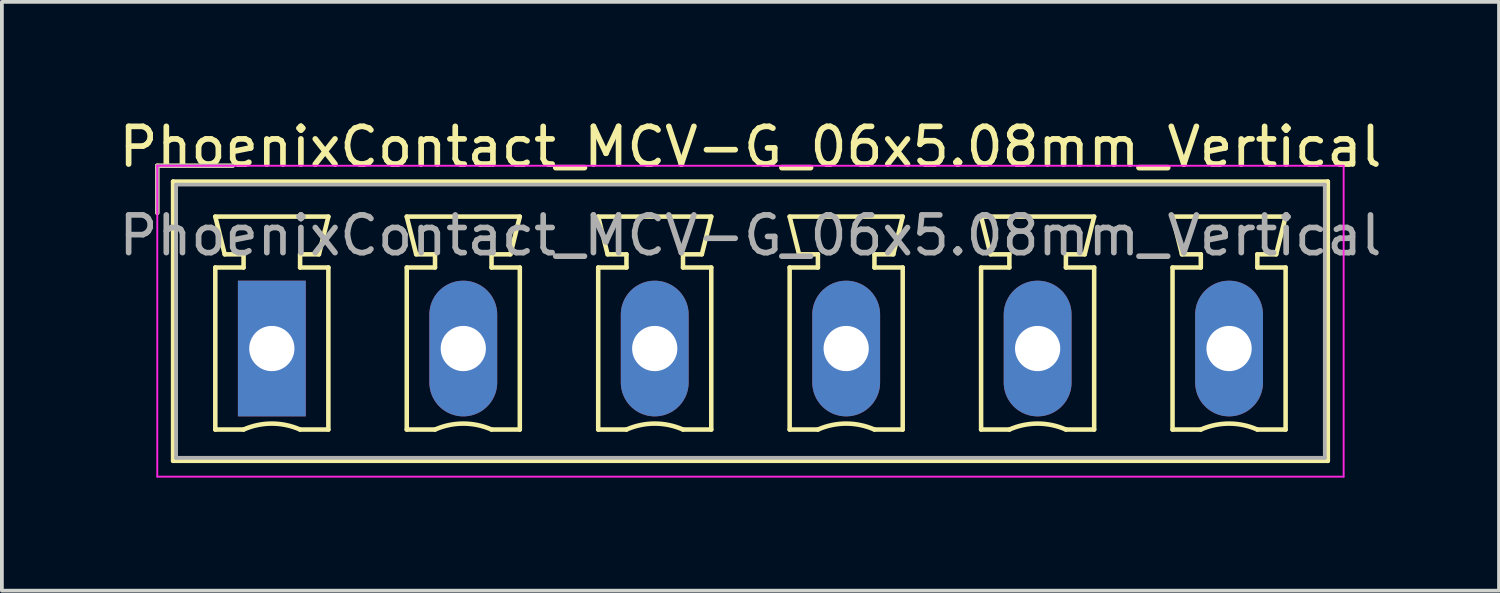
<source format=kicad_pcb>
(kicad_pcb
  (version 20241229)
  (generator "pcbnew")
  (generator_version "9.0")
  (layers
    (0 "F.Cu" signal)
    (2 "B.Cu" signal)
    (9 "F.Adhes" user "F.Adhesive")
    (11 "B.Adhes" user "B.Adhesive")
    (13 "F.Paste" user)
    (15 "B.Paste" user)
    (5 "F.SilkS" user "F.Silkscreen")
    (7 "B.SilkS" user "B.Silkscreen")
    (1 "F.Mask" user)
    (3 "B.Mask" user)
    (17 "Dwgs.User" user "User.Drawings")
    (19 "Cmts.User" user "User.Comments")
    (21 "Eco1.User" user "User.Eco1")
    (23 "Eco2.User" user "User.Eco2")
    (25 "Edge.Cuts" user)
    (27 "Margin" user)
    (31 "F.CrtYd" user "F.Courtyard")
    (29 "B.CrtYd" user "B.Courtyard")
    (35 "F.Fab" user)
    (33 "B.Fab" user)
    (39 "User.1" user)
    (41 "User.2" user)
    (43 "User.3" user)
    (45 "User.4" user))
  (footprint "PhoenixContact_MCV-G_06x5.08mm_Vertical"
    (layer "F.Cu")
    (at 4.163 6.198)
    (property "Reference" "PhoenixContact_MCV-G_06x5.08mm_Vertical" (at 12.7 -5.35 0) (layer "F.SilkS") (effects (font (size 1 1) (thickness 0.15))))
    (attr through_hole)
    (fp_line (start -3.04 -4.85) (end -1.04 -4.85) (stroke (width 0.12) (type solid)) (layer "F.SilkS"))
    (fp_line (start -3.04 -3.6) (end -3.04 -4.85) (stroke (width 0.12) (type solid)) (layer "F.SilkS"))
    (fp_line (start -2.62 -4.43) (end -2.62 2.98) (stroke (width 0.12) (type solid)) (layer "F.SilkS"))
    (fp_line (start -2.62 2.98) (end 28.02 2.98) (stroke (width 0.12) (type solid)) (layer "F.SilkS"))
    (fp_line (start -1.5 -3.5) (end 1.5 -3.5) (stroke (width 0.12) (type solid)) (layer "F.SilkS"))
    (fp_line (start -1.5 -2.15) (end -0.75 -2.15) (stroke (width 0.12) (type solid)) (layer "F.SilkS"))
    (fp_line (start -1.5 2.15) (end -1.5 -2.15) (stroke (width 0.12) (type solid)) (layer "F.SilkS"))
    (fp_line (start -1.25 -2.5) (end -1.5 -3.5) (stroke (width 0.12) (type solid)) (layer "F.SilkS"))
    (fp_line (start -0.75 -2.5) (end -1.25 -2.5) (stroke (width 0.12) (type solid)) (layer "F.SilkS"))
    (fp_line (start -0.75 -2.15) (end -0.75 -2.5) (stroke (width 0.12) (type solid)) (layer "F.SilkS"))
    (fp_line (start -0.75 2.15) (end -1.5 2.15) (stroke (width 0.12) (type solid)) (layer "F.SilkS"))
    (fp_line (start 0.75 -2.5) (end 0.75 -2.15) (stroke (width 0.12) (type solid)) (layer "F.SilkS"))
    (fp_line (start 0.75 -2.15) (end 1.5 -2.15) (stroke (width 0.12) (type solid)) (layer "F.SilkS"))
    (fp_line (start 1.25 -2.5) (end 0.75 -2.5) (stroke (width 0.12) (type solid)) (layer "F.SilkS"))
    (fp_line (start 1.5 -3.5) (end 1.25 -2.5) (stroke (width 0.12) (type solid)) (layer "F.SilkS"))
    (fp_line (start 1.5 -2.15) (end 1.5 2.15) (stroke (width 0.12) (type solid)) (layer "F.SilkS"))
    (fp_line (start 1.5 2.15) (end 0.75 2.15) (stroke (width 0.12) (type solid)) (layer "F.SilkS"))
    (fp_line (start 3.58 -3.5) (end 6.58 -3.5) (stroke (width 0.12) (type solid)) (layer "F.SilkS"))
    (fp_line (start 3.58 -2.15) (end 4.33 -2.15) (stroke (width 0.12) (type solid)) (layer "F.SilkS"))
    (fp_line (start 3.58 2.15) (end 3.58 -2.15) (stroke (width 0.12) (type solid)) (layer "F.SilkS"))
    (fp_line (start 3.83 -2.5) (end 3.58 -3.5) (stroke (width 0.12) (type solid)) (layer "F.SilkS"))
    (fp_line (start 4.33 -2.5) (end 3.83 -2.5) (stroke (width 0.12) (type solid)) (layer "F.SilkS"))
    (fp_line (start 4.33 -2.15) (end 4.33 -2.5) (stroke (width 0.12) (type solid)) (layer "F.SilkS"))
    (fp_line (start 4.33 2.15) (end 3.58 2.15) (stroke (width 0.12) (type solid)) (layer "F.SilkS"))
    (fp_line (start 5.83 -2.5) (end 5.83 -2.15) (stroke (width 0.12) (type solid)) (layer "F.SilkS"))
    (fp_line (start 5.83 -2.15) (end 6.58 -2.15) (stroke (width 0.12) (type solid)) (layer "F.SilkS"))
    (fp_line (start 6.33 -2.5) (end 5.83 -2.5) (stroke (width 0.12) (type solid)) (layer "F.SilkS"))
    (fp_line (start 6.58 -3.5) (end 6.33 -2.5) (stroke (width 0.12) (type solid)) (layer "F.SilkS"))
    (fp_line (start 6.58 -2.15) (end 6.58 2.15) (stroke (width 0.12) (type solid)) (layer "F.SilkS"))
    (fp_line (start 6.58 2.15) (end 5.83 2.15) (stroke (width 0.12) (type solid)) (layer "F.SilkS"))
    (fp_line (start 8.66 -3.5) (end 11.66 -3.5) (stroke (width 0.12) (type solid)) (layer "F.SilkS"))
    (fp_line (start 8.66 -2.15) (end 9.41 -2.15) (stroke (width 0.12) (type solid)) (layer "F.SilkS"))
    (fp_line (start 8.66 2.15) (end 8.66 -2.15) (stroke (width 0.12) (type solid)) (layer "F.SilkS"))
    (fp_line (start 8.91 -2.5) (end 8.66 -3.5) (stroke (width 0.12) (type solid)) (layer "F.SilkS"))
    (fp_line (start 9.41 -2.5) (end 8.91 -2.5) (stroke (width 0.12) (type solid)) (layer "F.SilkS"))
    (fp_line (start 9.41 -2.15) (end 9.41 -2.5) (stroke (width 0.12) (type solid)) (layer "F.SilkS"))
    (fp_line (start 9.41 2.15) (end 8.66 2.15) (stroke (width 0.12) (type solid)) (layer "F.SilkS"))
    (fp_line (start 10.91 -2.5) (end 10.91 -2.15) (stroke (width 0.12) (type solid)) (layer "F.SilkS"))
    (fp_line (start 10.91 -2.15) (end 11.66 -2.15) (stroke (width 0.12) (type solid)) (layer "F.SilkS"))
    (fp_line (start 11.41 -2.5) (end 10.91 -2.5) (stroke (width 0.12) (type solid)) (layer "F.SilkS"))
    (fp_line (start 11.66 -3.5) (end 11.41 -2.5) (stroke (width 0.12) (type solid)) (layer "F.SilkS"))
    (fp_line (start 11.66 -2.15) (end 11.66 2.15) (stroke (width 0.12) (type solid)) (layer "F.SilkS"))
    (fp_line (start 11.66 2.15) (end 10.91 2.15) (stroke (width 0.12) (type solid)) (layer "F.SilkS"))
    (fp_line (start 13.74 -3.5) (end 16.74 -3.5) (stroke (width 0.12) (type solid)) (layer "F.SilkS"))
    (fp_line (start 13.74 -2.15) (end 14.49 -2.15) (stroke (width 0.12) (type solid)) (layer "F.SilkS"))
    (fp_line (start 13.74 2.15) (end 13.74 -2.15) (stroke (width 0.12) (type solid)) (layer "F.SilkS"))
    (fp_line (start 13.99 -2.5) (end 13.74 -3.5) (stroke (width 0.12) (type solid)) (layer "F.SilkS"))
    (fp_line (start 14.49 -2.5) (end 13.99 -2.5) (stroke (width 0.12) (type solid)) (layer "F.SilkS"))
    (fp_line (start 14.49 -2.15) (end 14.49 -2.5) (stroke (width 0.12) (type solid)) (layer "F.SilkS"))
    (fp_line (start 14.49 2.15) (end 13.74 2.15) (stroke (width 0.12) (type solid)) (layer "F.SilkS"))
    (fp_line (start 15.99 -2.5) (end 15.99 -2.15) (stroke (width 0.12) (type solid)) (layer "F.SilkS"))
    (fp_line (start 15.99 -2.15) (end 16.74 -2.15) (stroke (width 0.12) (type solid)) (layer "F.SilkS"))
    (fp_line (start 16.49 -2.5) (end 15.99 -2.5) (stroke (width 0.12) (type solid)) (layer "F.SilkS"))
    (fp_line (start 16.74 -3.5) (end 16.49 -2.5) (stroke (width 0.12) (type solid)) (layer "F.SilkS"))
    (fp_line (start 16.74 -2.15) (end 16.74 2.15) (stroke (width 0.12) (type solid)) (layer "F.SilkS"))
    (fp_line (start 16.74 2.15) (end 15.99 2.15) (stroke (width 0.12) (type solid)) (layer "F.SilkS"))
    (fp_line (start 18.82 -3.5) (end 21.82 -3.5) (stroke (width 0.12) (type solid)) (layer "F.SilkS"))
    (fp_line (start 18.82 -2.15) (end 19.57 -2.15) (stroke (width 0.12) (type solid)) (layer "F.SilkS"))
    (fp_line (start 18.82 2.15) (end 18.82 -2.15) (stroke (width 0.12) (type solid)) (layer "F.SilkS"))
    (fp_line (start 19.07 -2.5) (end 18.82 -3.5) (stroke (width 0.12) (type solid)) (layer "F.SilkS"))
    (fp_line (start 19.57 -2.5) (end 19.07 -2.5) (stroke (width 0.12) (type solid)) (layer "F.SilkS"))
    (fp_line (start 19.57 -2.15) (end 19.57 -2.5) (stroke (width 0.12) (type solid)) (layer "F.SilkS"))
    (fp_line (start 19.57 2.15) (end 18.82 2.15) (stroke (width 0.12) (type solid)) (layer "F.SilkS"))
    (fp_line (start 21.07 -2.5) (end 21.07 -2.15) (stroke (width 0.12) (type solid)) (layer "F.SilkS"))
    (fp_line (start 21.07 -2.15) (end 21.82 -2.15) (stroke (width 0.12) (type solid)) (layer "F.SilkS"))
    (fp_line (start 21.57 -2.5) (end 21.07 -2.5) (stroke (width 0.12) (type solid)) (layer "F.SilkS"))
    (fp_line (start 21.82 -3.5) (end 21.57 -2.5) (stroke (width 0.12) (type solid)) (layer "F.SilkS"))
    (fp_line (start 21.82 -2.15) (end 21.82 2.15) (stroke (width 0.12) (type solid)) (layer "F.SilkS"))
    (fp_line (start 21.82 2.15) (end 21.07 2.15) (stroke (width 0.12) (type solid)) (layer "F.SilkS"))
    (fp_line (start 23.9 -3.5) (end 26.9 -3.5) (stroke (width 0.12) (type solid)) (layer "F.SilkS"))
    (fp_line (start 23.9 -2.15) (end 24.65 -2.15) (stroke (width 0.12) (type solid)) (layer "F.SilkS"))
    (fp_line (start 23.9 2.15) (end 23.9 -2.15) (stroke (width 0.12) (type solid)) (layer "F.SilkS"))
    (fp_line (start 24.15 -2.5) (end 23.9 -3.5) (stroke (width 0.12) (type solid)) (layer "F.SilkS"))
    (fp_line (start 24.65 -2.5) (end 24.15 -2.5) (stroke (width 0.12) (type solid)) (layer "F.SilkS"))
    (fp_line (start 24.65 -2.15) (end 24.65 -2.5) (stroke (width 0.12) (type solid)) (layer "F.SilkS"))
    (fp_line (start 24.65 2.15) (end 23.9 2.15) (stroke (width 0.12) (type solid)) (layer "F.SilkS"))
    (fp_line (start 26.15 -2.5) (end 26.15 -2.15) (stroke (width 0.12) (type solid)) (layer "F.SilkS"))
    (fp_line (start 26.15 -2.15) (end 26.9 -2.15) (stroke (width 0.12) (type solid)) (layer "F.SilkS"))
    (fp_line (start 26.65 -2.5) (end 26.15 -2.5) (stroke (width 0.12) (type solid)) (layer "F.SilkS"))
    (fp_line (start 26.9 -3.5) (end 26.65 -2.5) (stroke (width 0.12) (type solid)) (layer "F.SilkS"))
    (fp_line (start 26.9 -2.15) (end 26.9 2.15) (stroke (width 0.12) (type solid)) (layer "F.SilkS"))
    (fp_line (start 26.9 2.15) (end 26.15 2.15) (stroke (width 0.12) (type solid)) (layer "F.SilkS"))
    (fp_line (start 28.02 -4.43) (end -2.62 -4.43) (stroke (width 0.12) (type solid)) (layer "F.SilkS"))
    (fp_line (start 28.02 2.98) (end 28.02 -4.43) (stroke (width 0.12) (type solid)) (layer "F.SilkS"))
    (fp_arc (start -0.75 2.15) (mid -0.000193 1.99191) (end 0.749647 2.149844) (stroke (width 0.12) (type solid)) (layer "F.SilkS"))
    (fp_arc (start 4.33 2.15) (mid 5.079807 1.99191) (end 5.829647 2.149844) (stroke (width 0.12) (type solid)) (layer "F.SilkS"))
    (fp_arc (start 9.41 2.15) (mid 10.159807 1.99191) (end 10.909647 2.149844) (stroke (width 0.12) (type solid)) (layer "F.SilkS"))
    (fp_arc (start 14.49 2.15) (mid 15.239807 1.99191) (end 15.989647 2.149844) (stroke (width 0.12) (type solid)) (layer "F.SilkS"))
    (fp_arc (start 19.57 2.15) (mid 20.319807 1.99191) (end 21.069647 2.149844) (stroke (width 0.12) (type solid)) (layer "F.SilkS"))
    (fp_arc (start 24.65 2.15) (mid 25.399807 1.99191) (end 26.149647 2.149844) (stroke (width 0.12) (type solid)) (layer "F.SilkS"))
    (fp_line (start -3.04 -4.85) (end -3.04 3.4) (stroke (width 0.05) (type solid)) (layer "F.CrtYd"))
    (fp_line (start -3.04 3.4) (end 28.44 3.4) (stroke (width 0.05) (type solid)) (layer "F.CrtYd"))
    (fp_line (start 28.44 -4.85) (end -3.04 -4.85) (stroke (width 0.05) (type solid)) (layer "F.CrtYd"))
    (fp_line (start 28.44 3.4) (end 28.44 -4.85) (stroke (width 0.05) (type solid)) (layer "F.CrtYd"))
    (fp_line (start -3.04 -4.85) (end -1.04 -4.85) (stroke (width 0.1) (type solid)) (layer "F.Fab"))
    (fp_line (start -3.04 -3.6) (end -3.04 -4.85) (stroke (width 0.1) (type solid)) (layer "F.Fab"))
    (fp_line (start -2.54 -4.35) (end -2.54 2.9) (stroke (width 0.1) (type solid)) (layer "F.Fab"))
    (fp_line (start -2.54 2.9) (end 27.94 2.9) (stroke (width 0.1) (type solid)) (layer "F.Fab"))
    (fp_line (start 27.94 -4.35) (end -2.54 -4.35) (stroke (width 0.1) (type solid)) (layer "F.Fab"))
    (fp_line (start 27.94 2.9) (end 27.94 -4.35) (stroke (width 0.1) (type solid)) (layer "F.Fab"))
    (fp_text user "${REFERENCE}" (at 12.7 -3 0) (layer "F.Fab") (effects (font (size 1 1) (thickness 0.15))))
    (pad "1" thru_hole rect (at 0 0) (size 1.8 3.6) (drill 1.2) (layers "*.Cu" "*.Mask"))
    (pad "2" thru_hole oval (at 5.08 0) (size 1.8 3.6) (drill 1.2) (layers "*.Cu" "*.Mask"))
    (pad "3" thru_hole oval (at 10.16 0) (size 1.8 3.6) (drill 1.2) (layers "*.Cu" "*.Mask"))
    (pad "4" thru_hole oval (at 15.24 0) (size 1.8 3.6) (drill 1.2) (layers "*.Cu" "*.Mask"))
    (pad "5" thru_hole oval (at 20.32 0) (size 1.8 3.6) (drill 1.2) (layers "*.Cu" "*.Mask"))
    (pad "6" thru_hole oval (at 25.4 0) (size 1.8 3.6) (drill 1.2) (layers "*.Cu" "*.Mask")))
  (gr_rect
    (start -3 -3)
    (end 36.726 12.623)
    (stroke (width 0.1) (type default))
    (fill no)
    (layer "Edge.Cuts")))
</source>
